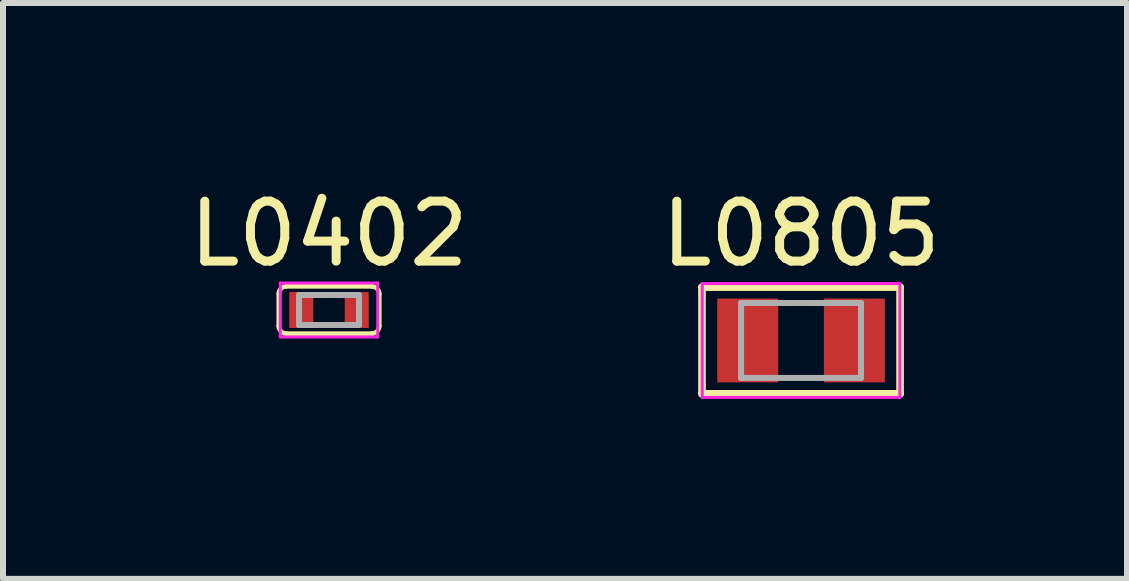
<source format=kicad_pcb>
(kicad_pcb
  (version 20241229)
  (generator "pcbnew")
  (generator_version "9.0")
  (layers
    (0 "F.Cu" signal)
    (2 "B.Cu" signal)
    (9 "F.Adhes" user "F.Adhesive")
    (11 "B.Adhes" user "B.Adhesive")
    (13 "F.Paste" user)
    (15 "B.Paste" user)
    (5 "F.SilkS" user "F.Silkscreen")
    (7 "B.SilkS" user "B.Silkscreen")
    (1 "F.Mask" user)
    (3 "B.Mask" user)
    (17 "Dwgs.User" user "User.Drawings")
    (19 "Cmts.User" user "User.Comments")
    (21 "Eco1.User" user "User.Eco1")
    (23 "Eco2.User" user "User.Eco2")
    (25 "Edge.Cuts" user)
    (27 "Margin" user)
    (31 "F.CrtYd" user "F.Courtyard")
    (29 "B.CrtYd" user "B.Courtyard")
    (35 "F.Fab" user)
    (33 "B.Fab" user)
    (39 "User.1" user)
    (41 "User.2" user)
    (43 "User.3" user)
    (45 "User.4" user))
  (footprint "L0402"
    (layer "F.Cu")
    (at 2.435 2.118)
    (property "Reference" "L0402" (at 0 -1.27 0) (layer "F.SilkS") (effects (font (size 1 1) (thickness 0.15))))
    (attr smd)
    (fp_line (start -0.838 0.267) (end -0.838 -0.267) (stroke (width 0.076) (type solid)) (layer "F.SilkS"))
    (fp_line (start -0.711 -0.394) (end 0.711 -0.394) (stroke (width 0.076) (type solid)) (layer "F.SilkS"))
    (fp_line (start 0.711 0.394) (end -0.711 0.394) (stroke (width 0.076) (type solid)) (layer "F.SilkS"))
    (fp_line (start 0.838 -0.267) (end 0.838 0.267) (stroke (width 0.076) (type solid)) (layer "F.SilkS"))
    (fp_arc (start -0.8382 -0.2667) (mid -0.801003 -0.356503) (end -0.7112 -0.3937) (stroke (width 0.0762) (type solid)) (layer "F.SilkS"))
    (fp_arc (start -0.7112 0.3937) (mid -0.801003 0.356503) (end -0.8382 0.2667) (stroke (width 0.0762) (type solid)) (layer "F.SilkS"))
    (fp_arc (start 0.7112 -0.3937) (mid 0.801003 -0.356503) (end 0.8382 -0.2667) (stroke (width 0.0762) (type solid)) (layer "F.SilkS"))
    (fp_arc (start 0.8382 0.2667) (mid 0.801003 0.356503) (end 0.7112 0.3937) (stroke (width 0.0762) (type solid)) (layer "F.SilkS"))
    (fp_line (start -0.812 -0.45) (end 0.812 -0.45) (stroke (width 0.05) (type solid)) (layer "F.CrtYd"))
    (fp_line (start -0.812 0.45) (end -0.812 -0.45) (stroke (width 0.05) (type solid)) (layer "F.CrtYd"))
    (fp_line (start 0.812 -0.45) (end 0.812 0.45) (stroke (width 0.05) (type solid)) (layer "F.CrtYd"))
    (fp_line (start 0.812 0.45) (end -0.812 0.45) (stroke (width 0.05) (type solid)) (layer "F.CrtYd"))
    (fp_line (start -0.5 -0.25) (end 0.5 -0.25) (stroke (width 0.1) (type solid)) (layer "F.Fab"))
    (fp_line (start -0.5 0.25) (end -0.5 -0.25) (stroke (width 0.1) (type solid)) (layer "F.Fab"))
    (fp_line (start 0.5 -0.25) (end 0.5 0.25) (stroke (width 0.1) (type solid)) (layer "F.Fab"))
    (fp_line (start 0.5 0.25) (end -0.5 0.25) (stroke (width 0.1) (type solid)) (layer "F.Fab"))
    (pad "1" smd rect (at -0.462 0) (size 0.4 0.6) (layers "F.Cu" "F.Mask" "F.Paste"))
    (pad "2" smd rect (at 0.462 0) (size 0.4 0.6) (layers "F.Cu" "F.Mask" "F.Paste")))
  (footprint "L0805"
    (layer "F.Cu")
    (at 10.304 2.626)
    (property "Reference" "L0805" (at 0 -1.778 0) (layer "F.SilkS") (effects (font (size 1 1) (thickness 0.15))))
    (attr smd)
    (fp_line (start -1.651 -0.889) (end 1.651 -0.889) (stroke (width 0.127) (type solid)) (layer "F.SilkS"))
    (fp_line (start -1.651 0.889) (end -1.651 -0.889) (stroke (width 0.127) (type solid)) (layer "F.SilkS"))
    (fp_line (start 1.651 -0.889) (end 1.651 0.889) (stroke (width 0.127) (type solid)) (layer "F.SilkS"))
    (fp_line (start 1.651 0.889) (end -1.651 0.889) (stroke (width 0.127) (type solid)) (layer "F.SilkS"))
    (fp_line (start -1.647 -0.949) (end -1.647 0.949) (stroke (width 0.05) (type solid)) (layer "F.CrtYd"))
    (fp_line (start -1.647 0.949) (end 1.647 0.949) (stroke (width 0.05) (type solid)) (layer "F.CrtYd"))
    (fp_line (start 1.647 -0.949) (end -1.647 -0.949) (stroke (width 0.05) (type solid)) (layer "F.CrtYd"))
    (fp_line (start 1.647 0.949) (end 1.647 -0.949) (stroke (width 0.05) (type solid)) (layer "F.CrtYd"))
    (fp_line (start -1 -0.625) (end 1 -0.625) (stroke (width 0.1) (type solid)) (layer "F.Fab"))
    (fp_line (start -1 0.625) (end -1 -0.625) (stroke (width 0.1) (type solid)) (layer "F.Fab"))
    (fp_line (start 1 -0.625) (end 1 0.625) (stroke (width 0.1) (type solid)) (layer "F.Fab"))
    (fp_line (start 1 0.625) (end -1 0.625) (stroke (width 0.1) (type solid)) (layer "F.Fab"))
    (pad "1" smd rect (at -0.889 0) (size 1.016 1.397) (layers "F.Cu" "F.Mask" "F.Paste"))
    (pad "2" smd rect (at 0.889 0) (size 1.016 1.397) (layers "F.Cu" "F.Mask" "F.Paste")))
  (gr_rect
    (start -3 -3)
    (end 15.738 6.6)
    (stroke (width 0.1) (type default))
    (fill no)
    (layer "Edge.Cuts")))
</source>
